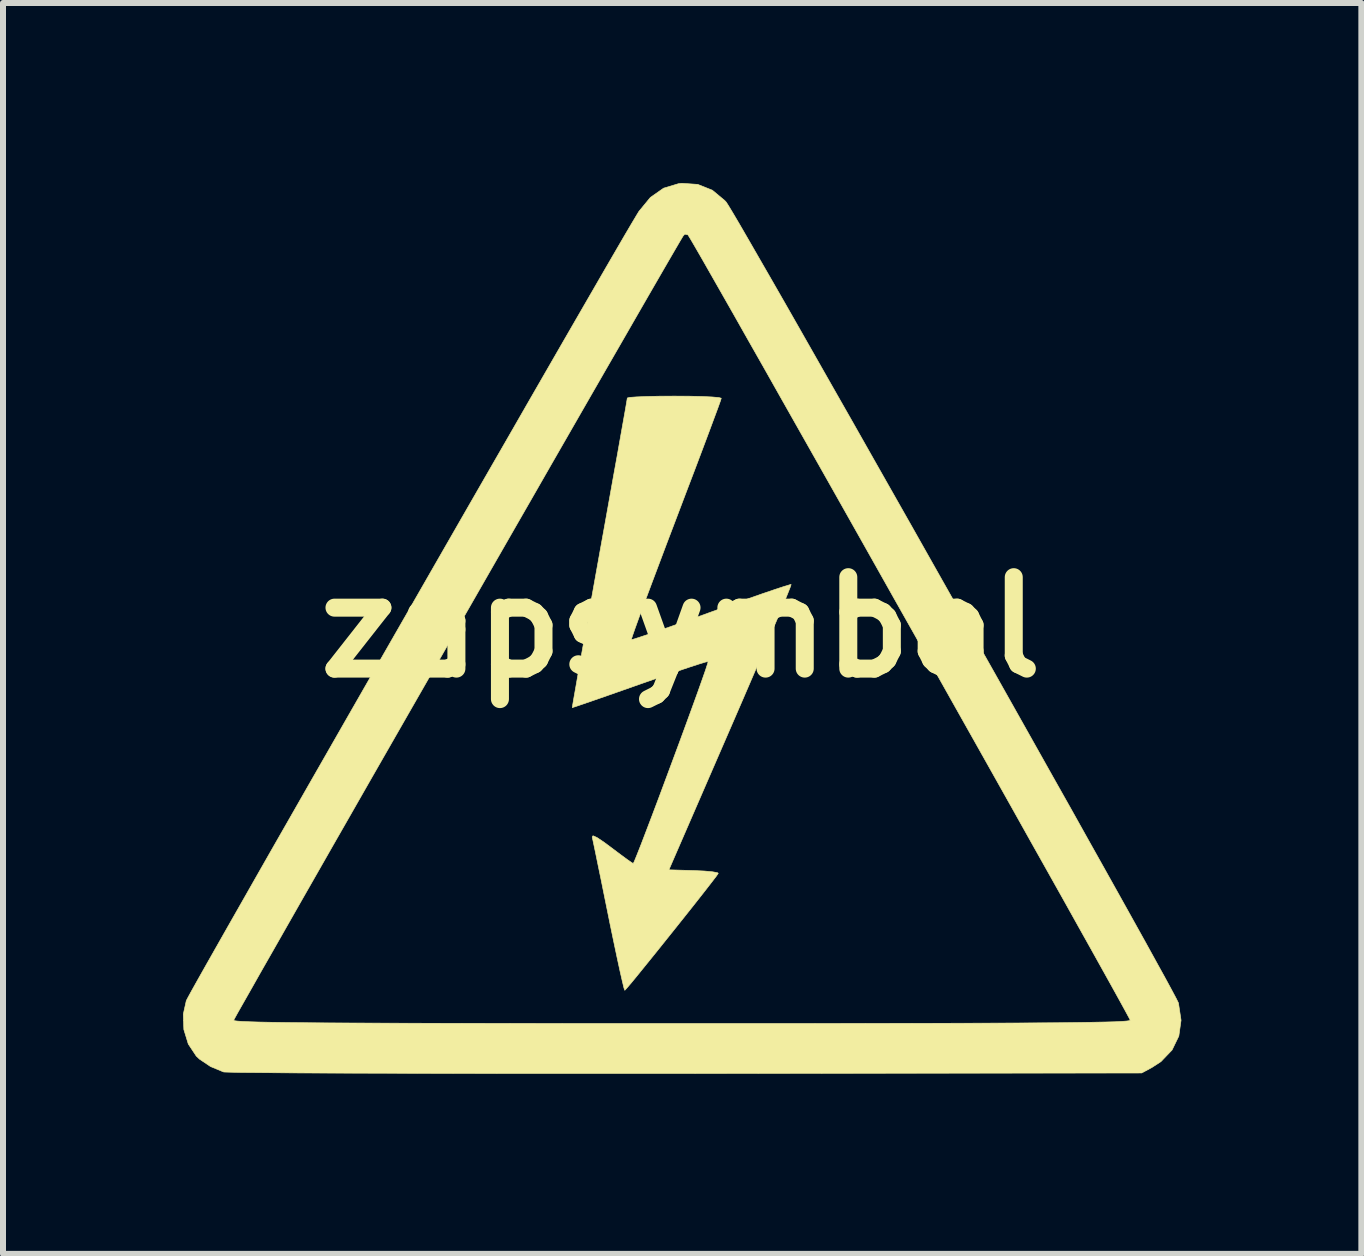
<source format=kicad_pcb>
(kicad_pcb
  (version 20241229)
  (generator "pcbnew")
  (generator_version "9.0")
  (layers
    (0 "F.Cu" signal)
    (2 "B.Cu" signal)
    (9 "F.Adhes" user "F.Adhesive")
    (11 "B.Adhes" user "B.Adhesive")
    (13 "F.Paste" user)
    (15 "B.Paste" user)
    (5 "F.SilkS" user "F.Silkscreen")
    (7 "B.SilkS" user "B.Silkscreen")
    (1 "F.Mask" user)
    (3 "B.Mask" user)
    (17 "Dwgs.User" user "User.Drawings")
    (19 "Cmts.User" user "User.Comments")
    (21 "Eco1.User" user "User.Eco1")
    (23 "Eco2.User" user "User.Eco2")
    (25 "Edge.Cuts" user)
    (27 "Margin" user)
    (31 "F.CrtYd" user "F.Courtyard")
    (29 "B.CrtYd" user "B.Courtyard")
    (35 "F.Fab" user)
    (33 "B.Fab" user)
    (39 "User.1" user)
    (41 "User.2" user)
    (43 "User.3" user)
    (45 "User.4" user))
  (footprint "zapsymbol"
    (layer "F.Cu")
    (at 8.294 7.404)
    (property "Reference" "zapsymbol" (at 0 0 0) (layer "F.SilkS") (effects (font (size 1.524 1.524) (thickness 0.3))))
    (attr through_hole)
    (fp_poly (pts (xy 0.141 -3.851) (xy 0.356 -3.846) (xy 0.526 -3.838) (xy 0.637 -3.828) (xy 0.677 -3.817) (xy 0.663 -3.772) (xy 0.621 -3.655) (xy 0.554 -3.475) (xy 0.466 -3.238) (xy 0.359 -2.953) (xy 0.236 -2.627) (xy 0.099 -2.268) (xy -0.047 -1.883) (xy -0.08 -1.796) (xy -0.228 -1.407) (xy -0.365 -1.043) (xy -0.49 -0.711) (xy -0.599 -0.419) (xy -0.69 -0.174) (xy -0.759 0.017) (xy -0.804 0.146) (xy -0.822 0.204) (xy -0.822 0.207) (xy -0.78 0.197) (xy -0.668 0.161) (xy -0.495 0.103) (xy -0.271 0.025) (xy -0.005 -0.069) (xy 0.293 -0.176) (xy 0.508 -0.254) (xy 0.823 -0.368) (xy 1.112 -0.471) (xy 1.366 -0.56) (xy 1.575 -0.631) (xy 1.73 -0.682) (xy 1.821 -0.709) (xy 1.841 -0.713) (xy 1.828 -0.672) (xy 1.784 -0.56) (xy 1.712 -0.383) (xy 1.615 -0.15) (xy 1.494 0.135) (xy 1.355 0.463) (xy 1.198 0.828) (xy 1.027 1.225) (xy 0.845 1.645) (xy 0.832 1.675) (xy -0.196 4.043) (xy 0.223 4.055) (xy 0.397 4.063) (xy 0.534 4.076) (xy 0.614 4.091) (xy 0.627 4.101) (xy 0.598 4.144) (xy 0.523 4.242) (xy 0.413 4.384) (xy 0.274 4.561) (xy 0.114 4.763) (xy -0.058 4.979) (xy -0.234 5.199) (xy -0.406 5.414) (xy -0.567 5.613) (xy -0.707 5.786) (xy -0.82 5.924) (xy -0.898 6.015) (xy -0.931 6.051) (xy -0.931 6.051) (xy -0.945 6.012) (xy -0.972 5.9) (xy -1.012 5.725) (xy -1.061 5.498) (xy -1.118 5.228) (xy -1.181 4.925) (xy -1.203 4.815) (xy -1.267 4.5) (xy -1.326 4.208) (xy -1.379 3.952) (xy -1.422 3.742) (xy -1.454 3.59) (xy -1.472 3.506) (xy -1.474 3.496) (xy -1.461 3.475) (xy -1.395 3.504) (xy -1.273 3.586) (xy -1.152 3.676) (xy -1.007 3.785) (xy -0.889 3.872) (xy -0.812 3.925) (xy -0.79 3.937) (xy -0.771 3.899) (xy -0.727 3.791) (xy -0.661 3.624) (xy -0.578 3.407) (xy -0.48 3.15) (xy -0.372 2.864) (xy -0.258 2.558) (xy -0.141 2.243) (xy -0.024 1.928) (xy 0.088 1.623) (xy 0.192 1.338) (xy 0.284 1.084) (xy 0.36 0.87) (xy 0.417 0.707) (xy 0.45 0.604) (xy 0.458 0.571) (xy 0.415 0.58) (xy 0.303 0.614) (xy 0.131 0.67) (xy -0.089 0.744) (xy -0.348 0.833) (xy -0.635 0.933) (xy -0.68 0.949) (xy -0.97 1.051) (xy -1.232 1.143) (xy -1.457 1.221) (xy -1.634 1.282) (xy -1.754 1.323) (xy -1.805 1.339) (xy -1.806 1.339) (xy -1.8 1.297) (xy -1.78 1.18) (xy -1.747 0.993) (xy -1.704 0.745) (xy -1.65 0.441) (xy -1.587 0.09) (xy -1.517 -0.301) (xy -1.441 -0.726) (xy -1.36 -1.177) (xy -1.351 -1.228) (xy -1.269 -1.682) (xy -1.192 -2.112) (xy -1.121 -2.51) (xy -1.056 -2.868) (xy -1.001 -3.18) (xy -0.955 -3.439) (xy -0.92 -3.636) (xy -0.898 -3.766) (xy -0.889 -3.82) (xy -0.889 -3.821) (xy -0.849 -3.831) (xy -0.737 -3.839) (xy -0.567 -3.846) (xy -0.352 -3.851) (xy -0.106 -3.852) (xy 0.141 -3.851)) (stroke (width 0.01) (type solid)) (fill yes) (layer "F.SilkS"))
    (fp_poly (pts (xy 0.285 -7.381) (xy 0.528 -7.284) (xy 0.735 -7.112) (xy 0.759 -7.086) (xy 0.795 -7.03) (xy 0.87 -6.906) (xy 0.981 -6.718) (xy 1.125 -6.469) (xy 1.3 -6.165) (xy 1.504 -5.811) (xy 1.734 -5.41) (xy 1.986 -4.968) (xy 2.259 -4.488) (xy 2.55 -3.976) (xy 2.857 -3.437) (xy 3.176 -2.874) (xy 3.506 -2.292) (xy 3.844 -1.696) (xy 4.186 -1.09) (xy 4.531 -0.479) (xy 4.876 0.132) (xy 5.219 0.739) (xy 5.556 1.338) (xy 5.885 1.923) (xy 6.204 2.491) (xy 6.511 3.036) (xy 6.801 3.555) (xy 7.074 4.042) (xy 7.326 4.493) (xy 7.555 4.904) (xy 7.758 5.269) (xy 7.932 5.585) (xy 8.076 5.846) (xy 8.186 6.049) (xy 8.26 6.188) (xy 8.295 6.259) (xy 8.297 6.265) (xy 8.34 6.55) (xy 8.303 6.813) (xy 8.19 7.046) (xy 8.004 7.24) (xy 7.853 7.338) (xy 7.684 7.429) (xy 0.085 7.437) (xy -0.712 7.437) (xy -1.488 7.437) (xy -2.236 7.437) (xy -2.955 7.437) (xy -3.638 7.436) (xy -4.282 7.435) (xy -4.882 7.433) (xy -5.435 7.432) (xy -5.936 7.43) (xy -6.38 7.428) (xy -6.763 7.425) (xy -7.081 7.422) (xy -7.33 7.42) (xy -7.505 7.416) (xy -7.602 7.413) (xy -7.62 7.411) (xy -7.836 7.321) (xy -8.019 7.198) (xy -8.073 7.147) (xy -8.206 6.946) (xy -8.28 6.705) (xy -8.286 6.551) (xy -7.45 6.551) (xy -7.435 6.558) (xy -7.388 6.564) (xy -7.305 6.57) (xy -7.184 6.575) (xy -7.021 6.58) (xy -6.814 6.584) (xy -6.558 6.588) (xy -6.251 6.591) (xy -5.891 6.594) (xy -5.472 6.596) (xy -4.994 6.598) (xy -4.451 6.6) (xy -3.842 6.601) (xy -3.163 6.602) (xy -2.412 6.603) (xy -1.583 6.604) (xy -0.676 6.604) (xy 0.021 6.604) (xy 0.983 6.604) (xy 1.863 6.604) (xy 2.664 6.603) (xy 3.391 6.602) (xy 4.046 6.601) (xy 4.633 6.6) (xy 5.154 6.598) (xy 5.613 6.596) (xy 6.013 6.593) (xy 6.357 6.591) (xy 6.649 6.587) (xy 6.891 6.583) (xy 7.088 6.579) (xy 7.242 6.575) (xy 7.356 6.569) (xy 7.434 6.563) (xy 7.478 6.557) (xy 7.493 6.55) (xy 7.493 6.55) (xy 7.473 6.509) (xy 7.413 6.398) (xy 7.317 6.223) (xy 7.187 5.988) (xy 7.025 5.697) (xy 6.835 5.356) (xy 6.618 4.968) (xy 6.378 4.538) (xy 6.116 4.071) (xy 5.835 3.571) (xy 5.539 3.042) (xy 5.229 2.49) (xy 4.908 1.919) (xy 4.578 1.333) (xy 4.243 0.737) (xy 3.905 0.136) (xy 3.565 -0.466) (xy 3.228 -1.065) (xy 2.895 -1.656) (xy 2.569 -2.234) (xy 2.252 -2.795) (xy 1.947 -3.334) (xy 1.657 -3.847) (xy 1.385 -4.329) (xy 1.131 -4.776) (xy 0.901 -5.183) (xy 0.695 -5.545) (xy 0.516 -5.859) (xy 0.368 -6.119) (xy 0.252 -6.32) (xy 0.171 -6.459) (xy 0.127 -6.531) (xy 0.121 -6.54) (xy 0.069 -6.552) (xy 0.04 -6.519) (xy -0.009 -6.437) (xy -0.096 -6.288) (xy -0.218 -6.078) (xy -0.373 -5.81) (xy -0.558 -5.49) (xy -0.77 -5.122) (xy -1.007 -4.71) (xy -1.267 -4.259) (xy -1.546 -3.774) (xy -1.842 -3.259) (xy -2.153 -2.718) (xy -2.475 -2.156) (xy -2.807 -1.578) (xy -3.146 -0.987) (xy -3.488 -0.39) (xy -3.833 0.211) (xy -4.176 0.811) (xy -4.516 1.404) (xy -4.85 1.987) (xy -5.175 2.554) (xy -5.488 3.102) (xy -5.788 3.626) (xy -6.071 4.122) (xy -6.335 4.584) (xy -6.577 5.009) (xy -6.795 5.392) (xy -6.987 5.728) (xy -7.148 6.013) (xy -7.278 6.242) (xy -7.374 6.411) (xy -7.432 6.516) (xy -7.45 6.551) (xy -8.286 6.551) (xy -8.289 6.448) (xy -8.239 6.223) (xy -8.213 6.173) (xy -8.148 6.054) (xy -8.045 5.87) (xy -7.908 5.627) (xy -7.739 5.329) (xy -7.541 4.98) (xy -7.316 4.585) (xy -7.068 4.149) (xy -6.798 3.675) (xy -6.509 3.17) (xy -6.204 2.636) (xy -5.885 2.079) (xy -5.556 1.504) (xy -5.218 0.914) (xy -4.875 0.315) (xy -4.528 -0.29) (xy -4.181 -0.895) (xy -3.836 -1.496) (xy -3.496 -2.088) (xy -3.163 -2.667) (xy -2.84 -3.228) (xy -2.53 -3.768) (xy -2.235 -4.28) (xy -1.958 -4.761) (xy -1.701 -5.206) (xy -1.467 -5.611) (xy -1.259 -5.971) (xy -1.079 -6.281) (xy -0.93 -6.537) (xy -0.814 -6.734) (xy -0.734 -6.868) (xy -0.695 -6.932) (xy -0.504 -7.164) (xy -0.284 -7.318) (xy -0.035 -7.393) (xy 0.018 -7.399) (xy 0.285 -7.381)) (stroke (width 0.01) (type solid)) (fill yes) (layer "F.SilkS")))
  (gr_rect
    (start -3 -3)
    (end 19.639 17.847)
    (stroke (width 0.1) (type default))
    (fill no)
    (layer "Edge.Cuts")))
</source>
